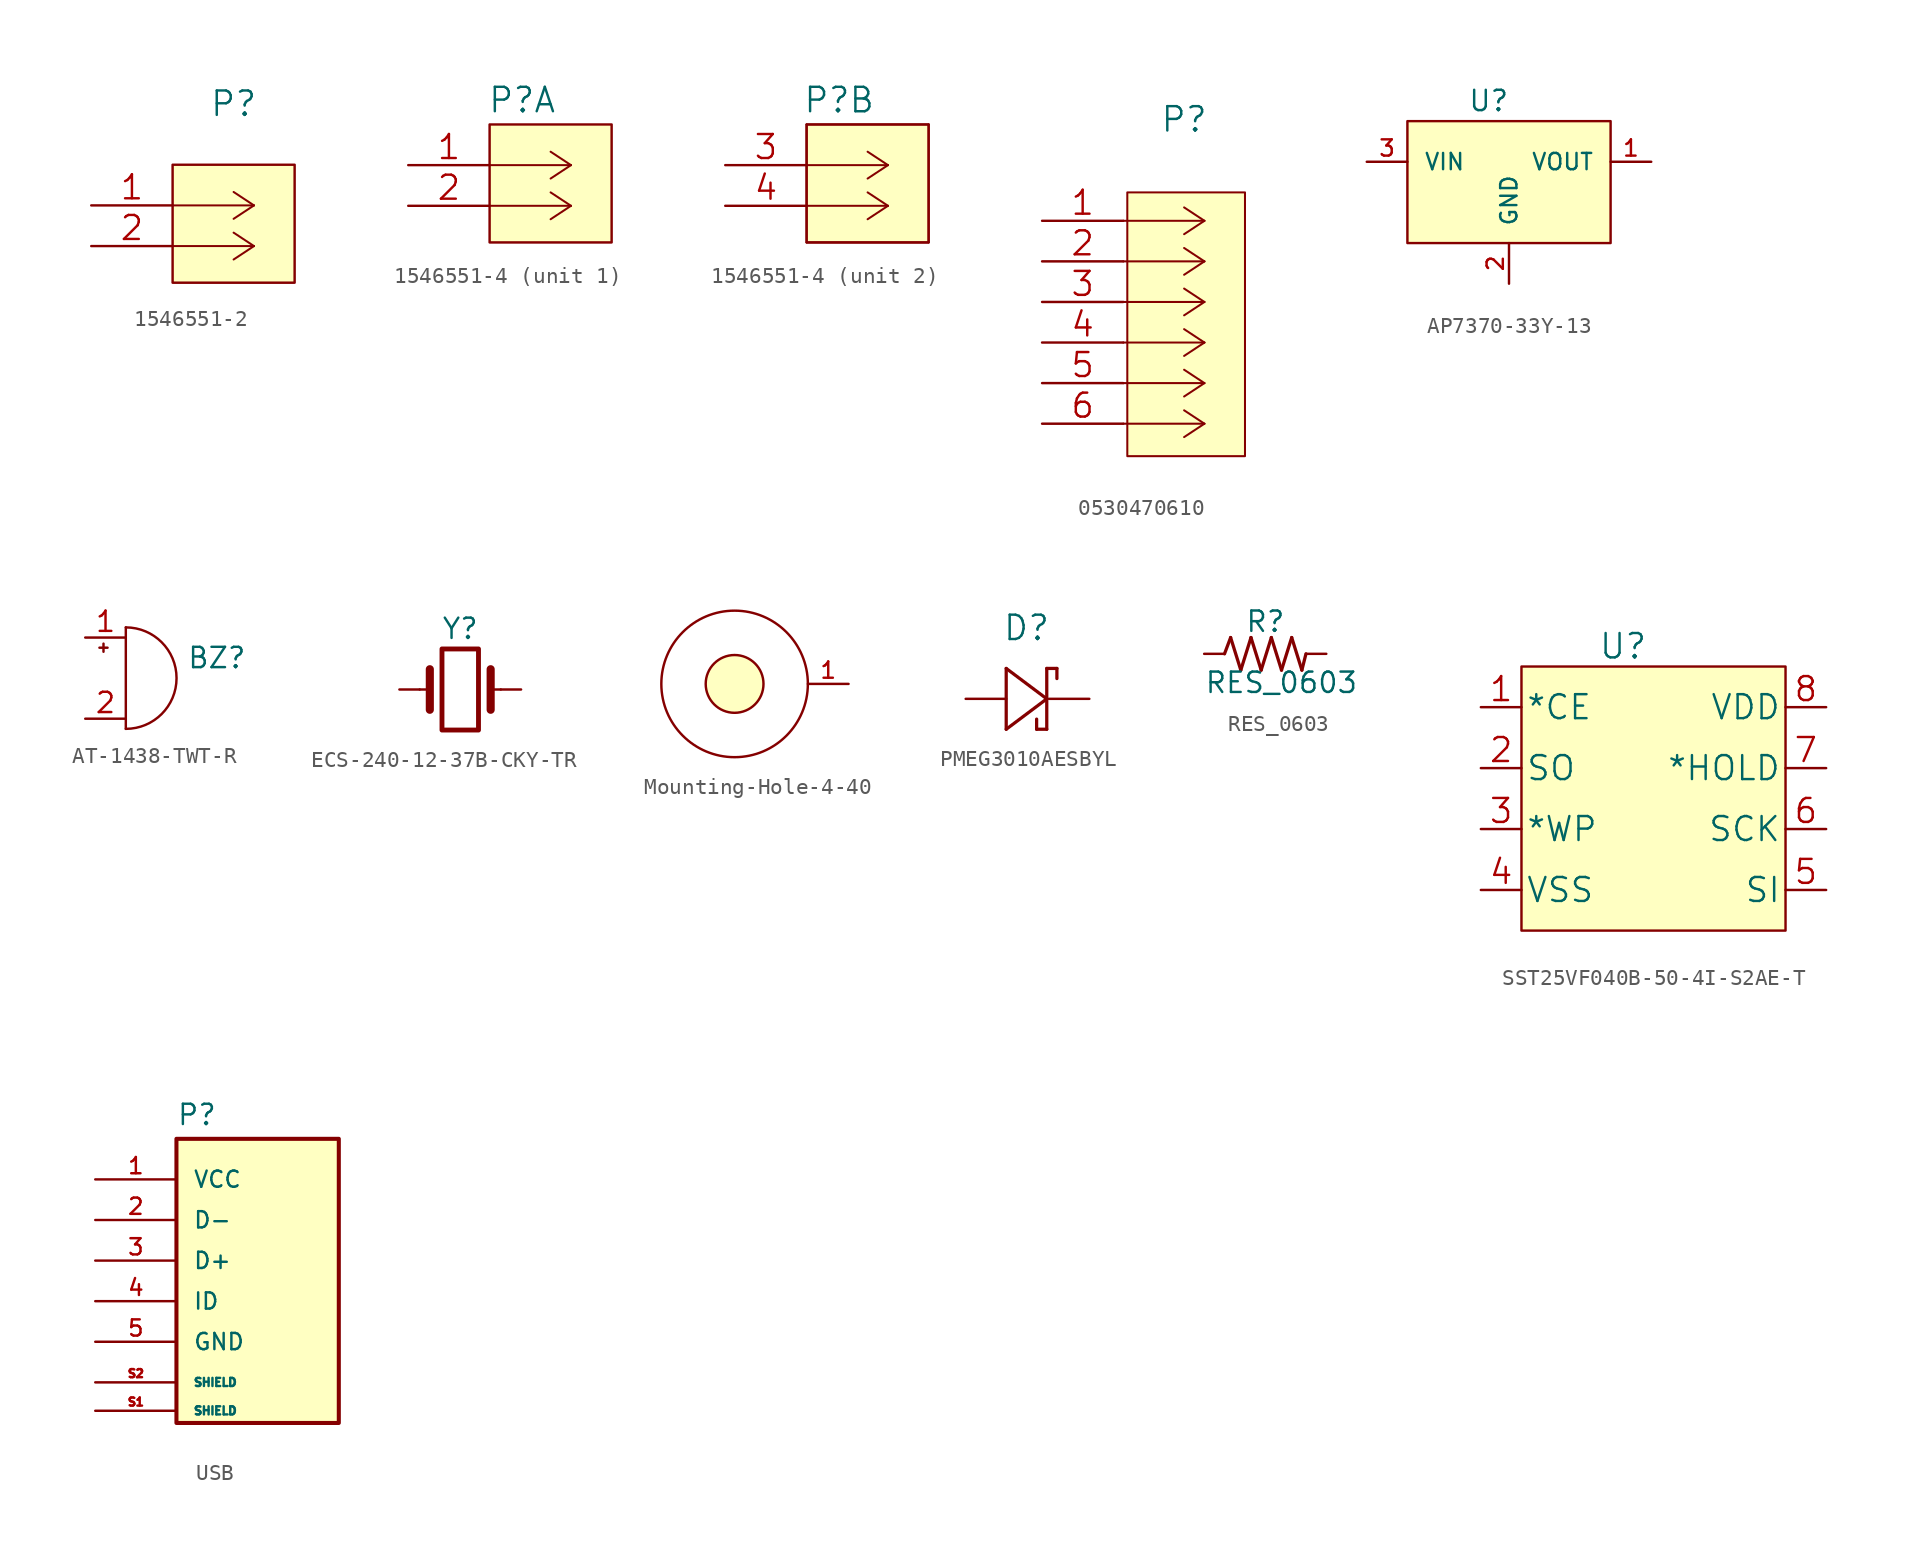
<source format=kicad_sym>
(kicad_symbol_lib
  (version 20220914)
  (generator kicad_symbol_editor)
  (symbol "1546551-2"
    (pin_names
      (offset 0.254) hide)
    (property "Reference" "P"
      (at 8.89 6.35 0)
      (effects (font (size 1.524 1.524))))
    (symbol "1546551-2_0_1"
      (rectangle (start 5.08 2.54) (end 12.7 -4.826) (stroke (width 0.152) (type default)) (fill (type background))))
    (symbol "1546551-2_1_1"
      (polyline (pts (xy 10.16 -2.54) (xy 5.08 -2.54)) (stroke (width 0.127) (type default)) (fill (type none)))
      (polyline (pts (xy 10.16 -2.54) (xy 8.89 -3.378)) (stroke (width 0.127) (type default)) (fill (type none)))
      (polyline (pts (xy 10.16 -2.54) (xy 8.89 -1.702)) (stroke (width 0.127) (type default)) (fill (type none)))
      (polyline (pts (xy 10.16 0) (xy 5.08 0)) (stroke (width 0.127) (type default)) (fill (type none)))
      (polyline (pts (xy 10.16 0) (xy 8.89 -0.838)) (stroke (width 0.127) (type default)) (fill (type none)))
      (polyline (pts (xy 10.16 0) (xy 8.89 0.838)) (stroke (width 0.127) (type default)) (fill (type none)))
      (pin passive line (at 0 0 0) (length 5.08) (name "5" (effects (font (size 1.499 1.499)))) (number "1" (effects (font (size 1.499 1.499)))))
      (pin passive line (at 0 -2.54 0) (length 5.08) (name "6" (effects (font (size 1.499 1.499)))) (number "2" (effects (font (size 1.499 1.499)))))))
  (symbol "1546551-4"
    (pin_names
      (offset 0.254) hide)
    (property "Reference" "P"
      (at 7.112 4.064 0)
      (effects (font (size 1.524 1.524))))
    (symbol "1546551-4_0_1"
      (rectangle (start 5.08 2.54) (end 12.7 -4.826) (stroke (width 0.152) (type default)) (fill (type background))))
    (symbol "1546551-4_1_1"
      (polyline (pts (xy 10.16 -2.54) (xy 5.08 -2.54)) (stroke (width 0.127) (type default)) (fill (type none)))
      (polyline (pts (xy 10.16 -2.54) (xy 8.89 -3.378)) (stroke (width 0.127) (type default)) (fill (type none)))
      (polyline (pts (xy 10.16 -2.54) (xy 8.89 -1.702)) (stroke (width 0.127) (type default)) (fill (type none)))
      (polyline (pts (xy 10.16 0) (xy 5.08 0)) (stroke (width 0.127) (type default)) (fill (type none)))
      (polyline (pts (xy 10.16 0) (xy 8.89 -0.838)) (stroke (width 0.127) (type default)) (fill (type none)))
      (polyline (pts (xy 10.16 0) (xy 8.89 0.838)) (stroke (width 0.127) (type default)) (fill (type none)))
      (pin passive line (at 0 0 0) (length 5.08) (name "5" (effects (font (size 1.499 1.499)))) (number "1" (effects (font (size 1.499 1.499)))))
      (pin passive line (at 0 -2.54 0) (length 5.08) (name "6" (effects (font (size 1.499 1.499)))) (number "2" (effects (font (size 1.499 1.499))))))
    (symbol "1546551-4_2_1"
      (polyline (pts (xy 5.08 2.54) (xy 5.08 -4.826)) (stroke (width 0.127) (type default)) (fill (type none)))
      (polyline (pts (xy 10.16 -2.54) (xy 5.08 -2.54)) (stroke (width 0.127) (type default)) (fill (type none)))
      (polyline (pts (xy 10.16 -2.54) (xy 8.89 -3.378)) (stroke (width 0.127) (type default)) (fill (type none)))
      (polyline (pts (xy 10.16 -2.54) (xy 8.89 -1.702)) (stroke (width 0.127) (type default)) (fill (type none)))
      (polyline (pts (xy 10.16 0) (xy 5.08 0)) (stroke (width 0.127) (type default)) (fill (type none)))
      (polyline (pts (xy 10.16 0) (xy 8.89 -0.838)) (stroke (width 0.127) (type default)) (fill (type none)))
      (polyline (pts (xy 10.16 0) (xy 8.89 0.838)) (stroke (width 0.127) (type default)) (fill (type none)))
      (polyline (pts (xy 12.7 -4.826) (xy 12.7 2.54)) (stroke (width 0.127) (type default)) (fill (type none)))
      (polyline (pts (xy 12.7 2.54) (xy 5.08 2.54)) (stroke (width 0.127) (type default)) (fill (type none)))
      (polyline (pts (xy 5.08 -4.826) (xy 8.382 -4.826) (xy 12.7 -4.826)) (stroke (width 0.127) (type default)) (fill (type none)))
      (pin passive line (at 0 0 0) (length 5.08) (name "5" (effects (font (size 1.499 1.499)))) (number "3" (effects (font (size 1.499 1.499)))))
      (pin passive line (at 0 -2.54 0) (length 5.08) (name "6" (effects (font (size 1.499 1.499)))) (number "4" (effects (font (size 1.499 1.499)))))))
  (symbol "0530470610"
    (pin_names
      (offset 0.254) hide)
    (property "Reference" "P"
      (at 8.89 6.35 0)
      (effects (font (size 1.524 1.524))))
    (symbol "0530470610_1_1"
      (polyline (pts (xy 10.16 -12.7) (xy 5.08 -12.7)) (stroke (width 0.127) (type default)) (fill (type none)))
      (polyline (pts (xy 10.16 -12.7) (xy 8.89 -13.538)) (stroke (width 0.127) (type default)) (fill (type none)))
      (polyline (pts (xy 10.16 -12.7) (xy 8.89 -11.862)) (stroke (width 0.127) (type default)) (fill (type none)))
      (polyline (pts (xy 10.16 -10.16) (xy 5.08 -10.16)) (stroke (width 0.127) (type default)) (fill (type none)))
      (polyline (pts (xy 10.16 -10.16) (xy 8.89 -10.998)) (stroke (width 0.127) (type default)) (fill (type none)))
      (polyline (pts (xy 10.16 -10.16) (xy 8.89 -9.322)) (stroke (width 0.127) (type default)) (fill (type none)))
      (polyline (pts (xy 10.16 -7.62) (xy 5.08 -7.62)) (stroke (width 0.127) (type default)) (fill (type none)))
      (polyline (pts (xy 10.16 -7.62) (xy 8.89 -8.458)) (stroke (width 0.127) (type default)) (fill (type none)))
      (polyline (pts (xy 10.16 -7.62) (xy 8.89 -6.782)) (stroke (width 0.127) (type default)) (fill (type none)))
      (polyline (pts (xy 10.16 -5.08) (xy 5.08 -5.08)) (stroke (width 0.127) (type default)) (fill (type none)))
      (polyline (pts (xy 10.16 -5.08) (xy 8.89 -5.918)) (stroke (width 0.127) (type default)) (fill (type none)))
      (polyline (pts (xy 10.16 -5.08) (xy 8.89 -4.242)) (stroke (width 0.127) (type default)) (fill (type none)))
      (polyline (pts (xy 10.16 -2.54) (xy 5.08 -2.54)) (stroke (width 0.127) (type default)) (fill (type none)))
      (polyline (pts (xy 10.16 -2.54) (xy 8.89 -3.378)) (stroke (width 0.127) (type default)) (fill (type none)))
      (polyline (pts (xy 10.16 -2.54) (xy 8.89 -1.702)) (stroke (width 0.127) (type default)) (fill (type none)))
      (polyline (pts (xy 10.16 0) (xy 5.08 0)) (stroke (width 0.127) (type default)) (fill (type none)))
      (polyline (pts (xy 10.16 0) (xy 8.89 -0.838)) (stroke (width 0.127) (type default)) (fill (type none)))
      (polyline (pts (xy 10.16 0) (xy 8.89 0.838)) (stroke (width 0.127) (type default)) (fill (type none)))
      (rectangle (start 5.334 1.778) (end 12.7 -14.732) (stroke (width 0.127) (type default)) (fill (type background)))
      (pin passive line (at 0 0 0) (length 5.08) (name "1" (effects (font (size 1.499 1.499)))) (number "1" (effects (font (size 1.499 1.499)))))
      (pin passive line (at 0 -2.54 0) (length 5.08) (name "2" (effects (font (size 1.499 1.499)))) (number "2" (effects (font (size 1.499 1.499)))))
      (pin passive line (at 0 -5.08 0) (length 5.08) (name "3" (effects (font (size 1.499 1.499)))) (number "3" (effects (font (size 1.499 1.499)))))
      (pin passive line (at 0 -7.62 0) (length 5.08) (name "4" (effects (font (size 1.499 1.499)))) (number "4" (effects (font (size 1.499 1.499)))))
      (pin passive line (at 0 -10.16 0) (length 5.08) (name "5" (effects (font (size 1.499 1.499)))) (number "5" (effects (font (size 1.499 1.499)))))
      (pin passive line (at 0 -12.7 0) (length 5.08) (name "6" (effects (font (size 1.499 1.499)))) (number "6" (effects (font (size 1.499 1.499)))))))
  (symbol "AP7370-33Y-13"
    (pin_names
      (offset 1.016))
    (property "Reference" "U"
      (at -1.27 5.08 0)
      (effects (font (size 1.27 1.27))))
    (symbol "AP7370-33Y-13_0_1"
      (rectangle (start -6.35 3.81) (end 6.35 -3.81) (stroke (width 0) (type default)) (fill (type background))))
    (symbol "AP7370-33Y-13_1_1"
      (pin power_out line (at 8.89 1.27 180) (length 2.54) (name "VOUT" (effects (font (size 1.016 1.016)))) (number "1" (effects (font (size 1.016 1.016)))))
      (pin input line (at 0 -6.35 90) (length 2.54) (name "GND" (effects (font (size 1.016 1.016)))) (number "2" (effects (font (size 1.016 1.016)))))
      (pin input line (at -8.89 1.27 0) (length 2.54) (name "VIN" (effects (font (size 1.016 1.016)))) (number "3" (effects (font (size 1.016 1.016)))))))
  (symbol "AT-1438-TWT-R"
    (pin_names
      (offset 0.025) hide)
    (property "Reference" "BZ"
      (at 3.81 1.27 0)
      (effects (font (size 1.27 1.27)) (justify left)))
    (symbol "AT-1438-TWT-R_0_1"
      (arc (start 0 -3.175) (mid 3.1612 0) (end 0 3.175) (stroke (width 0) (type default)) (fill (type none)))
      (polyline (pts (xy -1.651 1.905) (xy -1.143 1.905)) (stroke (width 0) (type default)) (fill (type none)))
      (polyline (pts (xy -1.397 2.159) (xy -1.397 1.651)) (stroke (width 0) (type default)) (fill (type none)))
      (polyline (pts (xy 0 3.175) (xy 0 -3.175)) (stroke (width 0) (type default)) (fill (type none))))
    (symbol "AT-1438-TWT-R_1_1"
      (pin passive line (at -2.54 2.54 0) (length 2.54) (name "-" (effects (font (size 1.27 1.27)))) (number "1" (effects (font (size 1.27 1.27)))))
      (pin passive line (at -2.54 -2.54 0) (length 2.54) (name "+" (effects (font (size 1.27 1.27)))) (number "2" (effects (font (size 1.27 1.27)))))))
  (symbol "ECS-240-12-37B-CKY-TR"
    (pin_numbers hide)
    (pin_names
      (offset 1.016) hide)
    (property "Reference" "Y"
      (at 0 3.81 0)
      (effects (font (size 1.27 1.27))))
    (symbol "ECS-240-12-37B-CKY-TR_0_1"
      (rectangle (start -1.143 2.54) (end 1.143 -2.54) (stroke (width 0.305) (type default)) (fill (type none)))
      (polyline (pts (xy -2.54 0) (xy -1.905 0)) (stroke (width 0) (type default)) (fill (type none)))
      (polyline (pts (xy -1.905 -1.27) (xy -1.905 1.27)) (stroke (width 0.508) (type default)) (fill (type none)))
      (polyline (pts (xy 1.905 -1.27) (xy 1.905 1.27)) (stroke (width 0.508) (type default)) (fill (type none)))
      (polyline (pts (xy 2.54 0) (xy 1.905 0)) (stroke (width 0) (type default)) (fill (type none))))
    (symbol "ECS-240-12-37B-CKY-TR_1_1"
      (pin passive line (at -3.81 0 0) (length 1.27) (name "1" (effects (font (size 1.27 1.27)))) (number "1" (effects (font (size 1.27 1.27)))))
      (pin no_connect line (at -3.175 5.08 270) (length 2.54) hide (name "" (effects (font (size 1.27 1.27)))) (number "2" (effects (font (size 1.27 1.27)))))
      (pin passive line (at 3.81 0 180) (length 1.27) (name "3" (effects (font (size 1.27 1.27)))) (number "3" (effects (font (size 1.27 1.27)))))
      (pin no_connect line (at -6.35 5.08 270) (length 2.54) hide (name "" (effects (font (size 1.27 1.27)))) (number "4" (effects (font (size 1.27 1.27)))))))
  (symbol "Mounting-Hole-4-40"
    (pin_names
      (offset 1.016))
    (property "Reference" "H"
      (at 0 6.35 0)
      (effects (font (size 1.27 1.27)) hide))
    (symbol "Mounting-Hole-4-40_0_1"
      (circle (center 0 0) (radius 1.803) (stroke (width 0) (type default)) (fill (type background)))
      (circle (center 0 0) (radius 4.572) (stroke (width 0) (type default)) (fill (type none))))
    (symbol "Mounting-Hole-4-40_1_1"
      (pin input line (at 7.112 0 180) (length 2.54) (name "" (effects (font (size 1.016 1.016)))) (number "1" (effects (font (size 1.016 1.016)))))))
  (symbol "PMEG3010AESBYL"
    (pin_numbers hide)
    (pin_names hide)
    (property "Reference" "D"
      (at 0 4.445 0)
      (effects (font (size 1.524 1.524))))
    (symbol "PMEG3010AESBYL_1_1"
      (polyline (pts (xy -1.27 -1.905) (xy 1.27 0)) (stroke (width 0.203) (type default)) (fill (type none)))
      (polyline (pts (xy -1.27 1.905) (xy -1.27 -1.905)) (stroke (width 0.203) (type default)) (fill (type none)))
      (polyline (pts (xy 0.635 -1.905) (xy 0.635 -1.27)) (stroke (width 0.203) (type default)) (fill (type none)))
      (polyline (pts (xy 1.27 -1.905) (xy 0.635 -1.905)) (stroke (width 0.203) (type default)) (fill (type none)))
      (polyline (pts (xy 1.27 -1.905) (xy 1.27 1.905)) (stroke (width 0.203) (type default)) (fill (type none)))
      (polyline (pts (xy 1.27 0) (xy -1.27 1.905)) (stroke (width 0.203) (type default)) (fill (type none)))
      (polyline (pts (xy 1.27 1.905) (xy 1.905 1.905)) (stroke (width 0.203) (type default)) (fill (type none)))
      (polyline (pts (xy 1.905 1.905) (xy 1.905 1.27)) (stroke (width 0.203) (type default)) (fill (type none)))
      (pin passive line (at -3.81 0 0) (length 2.54) (name "~" (effects (font (size 1.499 1.499)))) (number "A" (effects (font (size 1.499 1.499)))))
      (pin passive line (at 3.937 0 180) (length 2.54) (name "~" (effects (font (size 1.499 1.499)))) (number "C" (effects (font (size 1.499 1.499)))))))
  (symbol "RES_0603"
    (pin_numbers hide)
    (pin_names
      (offset 1.016) hide)
    (property "Reference" "R"
      (at -1.27 1.27 0)
      (effects (font (size 1.27 1.27)) (justify left bottom)))
    (property "Value" "RES_0603"
      (at -3.81 -2.54 0)
      (effects (font (size 1.27 1.27)) (justify left bottom)))
    (symbol "RES_0603_0_0"
      (polyline (pts (xy -2.54 0) (xy -2.159 1.016)) (stroke (width 0.203) (type default)) (fill (type none)))
      (polyline (pts (xy -2.159 1.016) (xy -1.524 -1.016)) (stroke (width 0.203) (type default)) (fill (type none)))
      (polyline (pts (xy -1.524 -1.016) (xy -0.889 1.016)) (stroke (width 0.203) (type default)) (fill (type none)))
      (polyline (pts (xy -0.889 1.016) (xy -0.254 -1.016)) (stroke (width 0.203) (type default)) (fill (type none)))
      (polyline (pts (xy -0.254 -1.016) (xy 0.381 1.016)) (stroke (width 0.203) (type default)) (fill (type none)))
      (polyline (pts (xy 0.381 1.016) (xy 1.016 -1.016)) (stroke (width 0.203) (type default)) (fill (type none)))
      (polyline (pts (xy 1.016 -1.016) (xy 1.651 1.016)) (stroke (width 0.203) (type default)) (fill (type none)))
      (polyline (pts (xy 1.651 1.016) (xy 2.286 -1.016)) (stroke (width 0.203) (type default)) (fill (type none)))
      (polyline (pts (xy 2.286 -1.016) (xy 2.54 0)) (stroke (width 0.203) (type default)) (fill (type none)))
      (pin passive line (at -3.81 0 0) (length 1.27) (name "~" (effects (font (size 1.016 1.016)))) (number "1" (effects (font (size 1.016 1.016)))))
      (pin passive line (at 3.81 0 180) (length 1.27) (name "~" (effects (font (size 1.016 1.016)))) (number "2" (effects (font (size 1.016 1.016)))))))
  (symbol "SST25VF040B-50-4I-S2AE-T"
    (pin_names
      (offset 0.254))
    (property "Reference" "U"
      (at -2.54 6.35 0)
      (effects (font (size 1.524 1.524))))
    (symbol "SST25VF040B-50-4I-S2AE-T_1_1"
      (rectangle (start -8.89 5.08) (end 7.62 -11.43) (stroke (width 0.152) (type default)) (fill (type background)))
      (pin input line (at -11.43 2.54 0) (length 2.54) (name "*CE" (effects (font (size 1.499 1.499)))) (number "1" (effects (font (size 1.499 1.499)))))
      (pin output line (at -11.43 -1.27 0) (length 2.54) (name "SO" (effects (font (size 1.499 1.499)))) (number "2" (effects (font (size 1.499 1.499)))))
      (pin input line (at -11.43 -5.08 0) (length 2.54) (name "*WP" (effects (font (size 1.499 1.499)))) (number "3" (effects (font (size 1.499 1.499)))))
      (pin power_in line (at -11.43 -8.89 0) (length 2.54) (name "VSS" (effects (font (size 1.499 1.499)))) (number "4" (effects (font (size 1.499 1.499)))))
      (pin input line (at 10.16 -8.89 180) (length 2.54) (name "SI" (effects (font (size 1.499 1.499)))) (number "5" (effects (font (size 1.499 1.499)))))
      (pin input line (at 10.16 -5.08 180) (length 2.54) (name "SCK" (effects (font (size 1.499 1.499)))) (number "6" (effects (font (size 1.499 1.499)))))
      (pin input line (at 10.16 -1.27 180) (length 2.54) (name "*HOLD" (effects (font (size 1.499 1.499)))) (number "7" (effects (font (size 1.499 1.499)))))
      (pin power_in line (at 10.16 2.54 180) (length 2.54) (name "VDD" (effects (font (size 1.499 1.499)))) (number "8" (effects (font (size 1.499 1.499)))))))
  (symbol "USB"
    (pin_names
      (offset 1.016))
    (property "Reference" "P"
      (at -5.08 10.922 0)
      (effects (font (size 1.27 1.27)) (justify left bottom)))
    (symbol "USB_0_0"
      (rectangle (start -5.08 -7.62) (end 5.08 10.16) (stroke (width 0.254) (type default)) (fill (type background)))
      (pin power_out line (at -10.16 7.62 0) (length 5.08) (name "VCC" (effects (font (size 1.016 1.016)))) (number "1" (effects (font (size 1.016 1.016)))))
      (pin bidirectional line (at -10.16 5.08 0) (length 5.08) (name "D-" (effects (font (size 1.016 1.016)))) (number "2" (effects (font (size 1.016 1.016)))))
      (pin bidirectional line (at -10.16 2.54 0) (length 5.08) (name "D+" (effects (font (size 1.016 1.016)))) (number "3" (effects (font (size 1.016 1.016)))))
      (pin power_out line (at -10.16 0 0) (length 5.08) (name "ID" (effects (font (size 1.016 1.016)))) (number "4" (effects (font (size 1.016 1.016)))))
      (pin power_out line (at -10.16 -2.54 0) (length 5.08) (name "GND" (effects (font (size 1.016 1.016)))) (number "5" (effects (font (size 1.016 1.016)))))
      (pin passive line (at -10.16 -6.858 0) (length 5.08) (name "SHIELD" (effects (font (size 0.508 0.508)))) (number "S1" (effects (font (size 0.508 0.508)))))
      (pin passive line (at -10.16 -5.08 0) (length 5.08) (name "SHIELD" (effects (font (size 0.508 0.508)))) (number "S2" (effects (font (size 0.508 0.508))))))))
</source>
